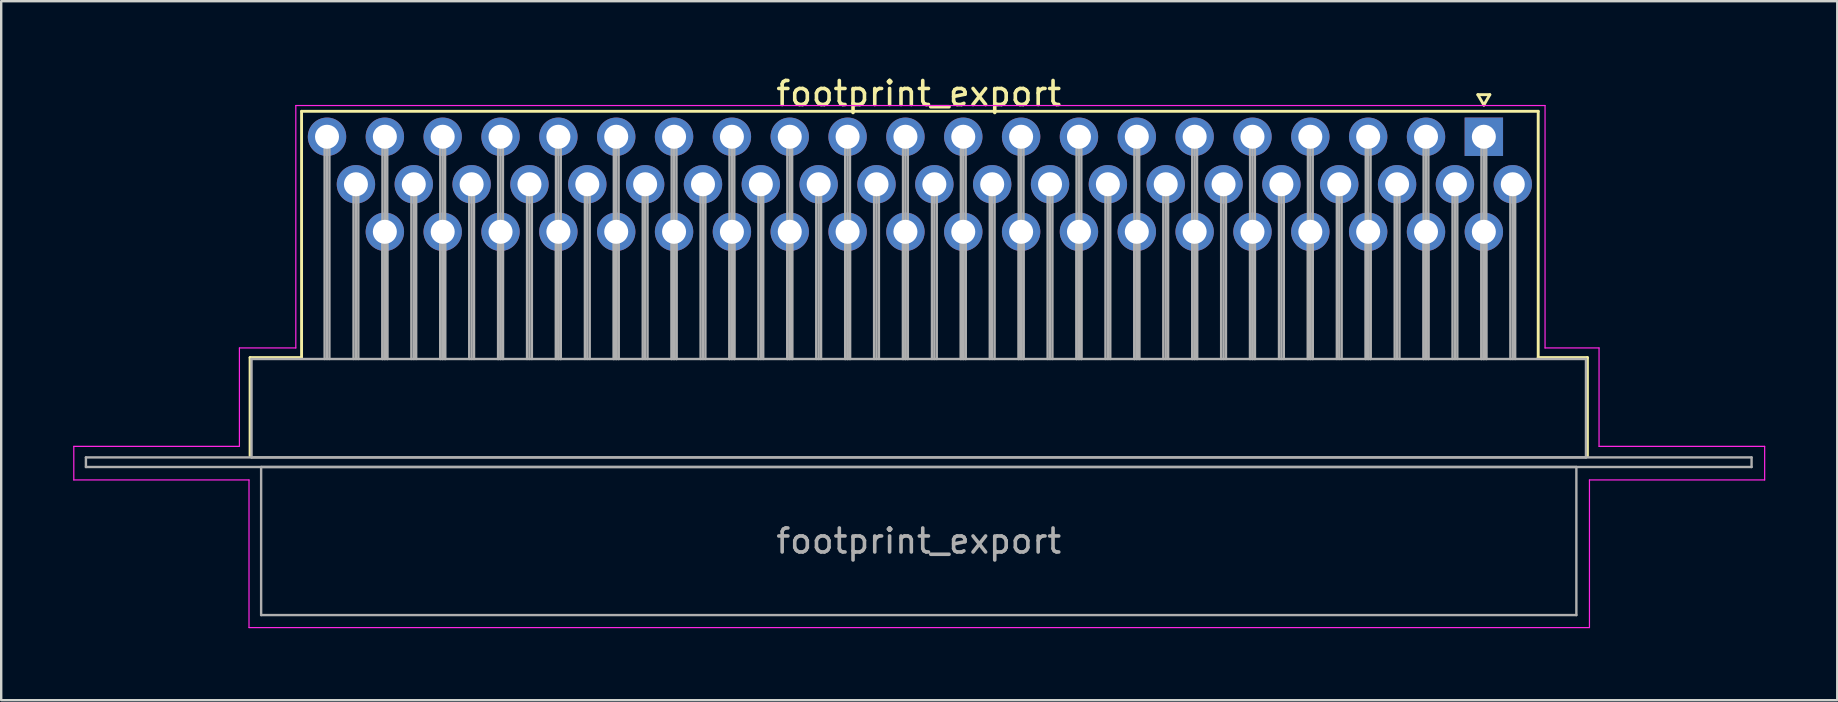
<source format=kicad_pcb>
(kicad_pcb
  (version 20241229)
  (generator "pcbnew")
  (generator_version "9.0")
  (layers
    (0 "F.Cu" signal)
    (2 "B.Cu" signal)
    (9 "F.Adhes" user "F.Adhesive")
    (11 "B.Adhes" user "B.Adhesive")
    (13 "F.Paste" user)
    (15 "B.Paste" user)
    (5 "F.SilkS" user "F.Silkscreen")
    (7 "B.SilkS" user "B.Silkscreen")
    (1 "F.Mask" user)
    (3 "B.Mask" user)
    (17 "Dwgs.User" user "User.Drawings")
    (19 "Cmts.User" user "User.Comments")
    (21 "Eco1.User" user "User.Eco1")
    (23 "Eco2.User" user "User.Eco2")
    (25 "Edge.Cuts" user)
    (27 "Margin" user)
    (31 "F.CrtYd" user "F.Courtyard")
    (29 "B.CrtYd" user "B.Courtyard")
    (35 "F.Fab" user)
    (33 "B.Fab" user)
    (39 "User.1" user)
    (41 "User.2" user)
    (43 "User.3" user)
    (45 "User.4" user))
  (footprint "footprint_export"
    (layer "F.Cu")
    (at 58.775 2.648)
    (property "Reference" "footprint_export" (at -23.545 -1.8 0) (layer "F.SilkS") (effects (font (size 1 1) (thickness 0.15))))
    (attr through_hole)
    (fp_line (start -51.405 9.2) (end -49.26 9.2) (stroke (width 0.12) (type solid)) (layer "F.SilkS"))
    (fp_line (start -51.405 13.3) (end -51.405 9.2) (stroke (width 0.12) (type solid)) (layer "F.SilkS"))
    (fp_line (start -49.26 -1.06) (end 2.265 -1.06) (stroke (width 0.12) (type solid)) (layer "F.SilkS"))
    (fp_line (start -49.26 9.2) (end -49.26 -1.06) (stroke (width 0.12) (type solid)) (layer "F.SilkS"))
    (fp_line (start -0.25 -1.754) (end 0.25 -1.754) (stroke (width 0.12) (type solid)) (layer "F.SilkS"))
    (fp_line (start 0 -1.321) (end -0.25 -1.754) (stroke (width 0.12) (type solid)) (layer "F.SilkS"))
    (fp_line (start 0.25 -1.754) (end 0 -1.321) (stroke (width 0.12) (type solid)) (layer "F.SilkS"))
    (fp_line (start 2.265 -1.06) (end 2.265 9.2) (stroke (width 0.12) (type solid)) (layer "F.SilkS"))
    (fp_line (start 2.265 9.2) (end 4.315 9.2) (stroke (width 0.12) (type solid)) (layer "F.SilkS"))
    (fp_line (start 4.315 9.2) (end 4.315 13.3) (stroke (width 0.12) (type solid)) (layer "F.SilkS"))
    (fp_line (start -58.75 12.9) (end -51.85 12.9) (stroke (width 0.05) (type solid)) (layer "F.CrtYd"))
    (fp_line (start -58.75 14.3) (end -58.75 12.9) (stroke (width 0.05) (type solid)) (layer "F.CrtYd"))
    (fp_line (start -51.85 8.8) (end -49.5 8.8) (stroke (width 0.05) (type solid)) (layer "F.CrtYd"))
    (fp_line (start -51.85 12.9) (end -51.85 8.8) (stroke (width 0.05) (type solid)) (layer "F.CrtYd"))
    (fp_line (start -51.45 14.3) (end -58.75 14.3) (stroke (width 0.05) (type solid)) (layer "F.CrtYd"))
    (fp_line (start -51.45 20.45) (end -51.45 14.3) (stroke (width 0.05) (type solid)) (layer "F.CrtYd"))
    (fp_line (start -49.5 -1.3) (end 2.55 -1.3) (stroke (width 0.05) (type solid)) (layer "F.CrtYd"))
    (fp_line (start -49.5 8.8) (end -49.5 -1.3) (stroke (width 0.05) (type solid)) (layer "F.CrtYd"))
    (fp_line (start 2.55 -1.3) (end 2.55 8.8) (stroke (width 0.05) (type solid)) (layer "F.CrtYd"))
    (fp_line (start 2.55 8.8) (end 4.8 8.8) (stroke (width 0.05) (type solid)) (layer "F.CrtYd"))
    (fp_line (start 4.4 14.3) (end 4.4 20.45) (stroke (width 0.05) (type solid)) (layer "F.CrtYd"))
    (fp_line (start 4.4 20.45) (end -51.45 20.45) (stroke (width 0.05) (type solid)) (layer "F.CrtYd"))
    (fp_line (start 4.8 8.8) (end 4.8 12.9) (stroke (width 0.05) (type solid)) (layer "F.CrtYd"))
    (fp_line (start 4.8 12.9) (end 11.7 12.9) (stroke (width 0.05) (type solid)) (layer "F.CrtYd"))
    (fp_line (start 11.7 12.9) (end 11.7 14.3) (stroke (width 0.05) (type solid)) (layer "F.CrtYd"))
    (fp_line (start 11.7 14.3) (end 4.4 14.3) (stroke (width 0.05) (type solid)) (layer "F.CrtYd"))
    (fp_line (start -58.245 13.36) (end -58.245 13.76) (stroke (width 0.1) (type solid)) (layer "F.Fab"))
    (fp_line (start -58.245 13.76) (end 11.155 13.76) (stroke (width 0.1) (type solid)) (layer "F.Fab"))
    (fp_line (start -51.345 9.26) (end -51.345 13.36) (stroke (width 0.1) (type solid)) (layer "F.Fab"))
    (fp_line (start -51.345 13.36) (end 4.255 13.36) (stroke (width 0.1) (type solid)) (layer "F.Fab"))
    (fp_line (start -50.945 13.76) (end -50.945 19.93) (stroke (width 0.1) (type solid)) (layer "F.Fab"))
    (fp_line (start -50.945 19.93) (end 3.855 19.93) (stroke (width 0.1) (type solid)) (layer "F.Fab"))
    (fp_line (start -48.3 0) (end -48.3 9.26) (stroke (width 0.1) (type solid)) (layer "F.Fab"))
    (fp_line (start -48.2 0) (end -48.2 9.26) (stroke (width 0.1) (type solid)) (layer "F.Fab"))
    (fp_line (start -48.1 0) (end -48.1 9.26) (stroke (width 0.1) (type solid)) (layer "F.Fab"))
    (fp_line (start -47.095 1.98) (end -47.095 9.26) (stroke (width 0.1) (type solid)) (layer "F.Fab"))
    (fp_line (start -46.995 1.98) (end -46.995 9.26) (stroke (width 0.1) (type solid)) (layer "F.Fab"))
    (fp_line (start -46.895 1.98) (end -46.895 9.26) (stroke (width 0.1) (type solid)) (layer "F.Fab"))
    (fp_line (start -45.89 0) (end -45.89 9.26) (stroke (width 0.1) (type solid)) (layer "F.Fab"))
    (fp_line (start -45.89 3.96) (end -45.89 9.26) (stroke (width 0.1) (type solid)) (layer "F.Fab"))
    (fp_line (start -45.79 0) (end -45.79 9.26) (stroke (width 0.1) (type solid)) (layer "F.Fab"))
    (fp_line (start -45.79 3.96) (end -45.79 9.26) (stroke (width 0.1) (type solid)) (layer "F.Fab"))
    (fp_line (start -45.69 0) (end -45.69 9.26) (stroke (width 0.1) (type solid)) (layer "F.Fab"))
    (fp_line (start -45.69 3.96) (end -45.69 9.26) (stroke (width 0.1) (type solid)) (layer "F.Fab"))
    (fp_line (start -44.685 1.98) (end -44.685 9.26) (stroke (width 0.1) (type solid)) (layer "F.Fab"))
    (fp_line (start -44.585 1.98) (end -44.585 9.26) (stroke (width 0.1) (type solid)) (layer "F.Fab"))
    (fp_line (start -44.485 1.98) (end -44.485 9.26) (stroke (width 0.1) (type solid)) (layer "F.Fab"))
    (fp_line (start -43.48 0) (end -43.48 9.26) (stroke (width 0.1) (type solid)) (layer "F.Fab"))
    (fp_line (start -43.48 3.96) (end -43.48 9.26) (stroke (width 0.1) (type solid)) (layer "F.Fab"))
    (fp_line (start -43.38 0) (end -43.38 9.26) (stroke (width 0.1) (type solid)) (layer "F.Fab"))
    (fp_line (start -43.38 3.96) (end -43.38 9.26) (stroke (width 0.1) (type solid)) (layer "F.Fab"))
    (fp_line (start -43.28 0) (end -43.28 9.26) (stroke (width 0.1) (type solid)) (layer "F.Fab"))
    (fp_line (start -43.28 3.96) (end -43.28 9.26) (stroke (width 0.1) (type solid)) (layer "F.Fab"))
    (fp_line (start -42.275 1.98) (end -42.275 9.26) (stroke (width 0.1) (type solid)) (layer "F.Fab"))
    (fp_line (start -42.175 1.98) (end -42.175 9.26) (stroke (width 0.1) (type solid)) (layer "F.Fab"))
    (fp_line (start -42.075 1.98) (end -42.075 9.26) (stroke (width 0.1) (type solid)) (layer "F.Fab"))
    (fp_line (start -41.07 0) (end -41.07 9.26) (stroke (width 0.1) (type solid)) (layer "F.Fab"))
    (fp_line (start -41.07 3.96) (end -41.07 9.26) (stroke (width 0.1) (type solid)) (layer "F.Fab"))
    (fp_line (start -40.97 0) (end -40.97 9.26) (stroke (width 0.1) (type solid)) (layer "F.Fab"))
    (fp_line (start -40.97 3.96) (end -40.97 9.26) (stroke (width 0.1) (type solid)) (layer "F.Fab"))
    (fp_line (start -40.87 0) (end -40.87 9.26) (stroke (width 0.1) (type solid)) (layer "F.Fab"))
    (fp_line (start -40.87 3.96) (end -40.87 9.26) (stroke (width 0.1) (type solid)) (layer "F.Fab"))
    (fp_line (start -39.865 1.98) (end -39.865 9.26) (stroke (width 0.1) (type solid)) (layer "F.Fab"))
    (fp_line (start -39.765 1.98) (end -39.765 9.26) (stroke (width 0.1) (type solid)) (layer "F.Fab"))
    (fp_line (start -39.665 1.98) (end -39.665 9.26) (stroke (width 0.1) (type solid)) (layer "F.Fab"))
    (fp_line (start -38.66 0) (end -38.66 9.26) (stroke (width 0.1) (type solid)) (layer "F.Fab"))
    (fp_line (start -38.66 3.96) (end -38.66 9.26) (stroke (width 0.1) (type solid)) (layer "F.Fab"))
    (fp_line (start -38.56 0) (end -38.56 9.26) (stroke (width 0.1) (type solid)) (layer "F.Fab"))
    (fp_line (start -38.56 3.96) (end -38.56 9.26) (stroke (width 0.1) (type solid)) (layer "F.Fab"))
    (fp_line (start -38.46 0) (end -38.46 9.26) (stroke (width 0.1) (type solid)) (layer "F.Fab"))
    (fp_line (start -38.46 3.96) (end -38.46 9.26) (stroke (width 0.1) (type solid)) (layer "F.Fab"))
    (fp_line (start -37.455 1.98) (end -37.455 9.26) (stroke (width 0.1) (type solid)) (layer "F.Fab"))
    (fp_line (start -37.355 1.98) (end -37.355 9.26) (stroke (width 0.1) (type solid)) (layer "F.Fab"))
    (fp_line (start -37.255 1.98) (end -37.255 9.26) (stroke (width 0.1) (type solid)) (layer "F.Fab"))
    (fp_line (start -36.25 0) (end -36.25 9.26) (stroke (width 0.1) (type solid)) (layer "F.Fab"))
    (fp_line (start -36.25 3.96) (end -36.25 9.26) (stroke (width 0.1) (type solid)) (layer "F.Fab"))
    (fp_line (start -36.15 0) (end -36.15 9.26) (stroke (width 0.1) (type solid)) (layer "F.Fab"))
    (fp_line (start -36.15 3.96) (end -36.15 9.26) (stroke (width 0.1) (type solid)) (layer "F.Fab"))
    (fp_line (start -36.05 0) (end -36.05 9.26) (stroke (width 0.1) (type solid)) (layer "F.Fab"))
    (fp_line (start -36.05 3.96) (end -36.05 9.26) (stroke (width 0.1) (type solid)) (layer "F.Fab"))
    (fp_line (start -35.045 1.98) (end -35.045 9.26) (stroke (width 0.1) (type solid)) (layer "F.Fab"))
    (fp_line (start -34.945 1.98) (end -34.945 9.26) (stroke (width 0.1) (type solid)) (layer "F.Fab"))
    (fp_line (start -34.845 1.98) (end -34.845 9.26) (stroke (width 0.1) (type solid)) (layer "F.Fab"))
    (fp_line (start -33.84 0) (end -33.84 9.26) (stroke (width 0.1) (type solid)) (layer "F.Fab"))
    (fp_line (start -33.84 3.96) (end -33.84 9.26) (stroke (width 0.1) (type solid)) (layer "F.Fab"))
    (fp_line (start -33.74 0) (end -33.74 9.26) (stroke (width 0.1) (type solid)) (layer "F.Fab"))
    (fp_line (start -33.74 3.96) (end -33.74 9.26) (stroke (width 0.1) (type solid)) (layer "F.Fab"))
    (fp_line (start -33.64 0) (end -33.64 9.26) (stroke (width 0.1) (type solid)) (layer "F.Fab"))
    (fp_line (start -33.64 3.96) (end -33.64 9.26) (stroke (width 0.1) (type solid)) (layer "F.Fab"))
    (fp_line (start -32.635 1.98) (end -32.635 9.26) (stroke (width 0.1) (type solid)) (layer "F.Fab"))
    (fp_line (start -32.535 1.98) (end -32.535 9.26) (stroke (width 0.1) (type solid)) (layer "F.Fab"))
    (fp_line (start -32.435 1.98) (end -32.435 9.26) (stroke (width 0.1) (type solid)) (layer "F.Fab"))
    (fp_line (start -31.43 0) (end -31.43 9.26) (stroke (width 0.1) (type solid)) (layer "F.Fab"))
    (fp_line (start -31.43 3.96) (end -31.43 9.26) (stroke (width 0.1) (type solid)) (layer "F.Fab"))
    (fp_line (start -31.33 0) (end -31.33 9.26) (stroke (width 0.1) (type solid)) (layer "F.Fab"))
    (fp_line (start -31.33 3.96) (end -31.33 9.26) (stroke (width 0.1) (type solid)) (layer "F.Fab"))
    (fp_line (start -31.23 0) (end -31.23 9.26) (stroke (width 0.1) (type solid)) (layer "F.Fab"))
    (fp_line (start -31.23 3.96) (end -31.23 9.26) (stroke (width 0.1) (type solid)) (layer "F.Fab"))
    (fp_line (start -30.225 1.98) (end -30.225 9.26) (stroke (width 0.1) (type solid)) (layer "F.Fab"))
    (fp_line (start -30.125 1.98) (end -30.125 9.26) (stroke (width 0.1) (type solid)) (layer "F.Fab"))
    (fp_line (start -30.025 1.98) (end -30.025 9.26) (stroke (width 0.1) (type solid)) (layer "F.Fab"))
    (fp_line (start -29.02 0) (end -29.02 9.26) (stroke (width 0.1) (type solid)) (layer "F.Fab"))
    (fp_line (start -29.02 3.96) (end -29.02 9.26) (stroke (width 0.1) (type solid)) (layer "F.Fab"))
    (fp_line (start -28.92 0) (end -28.92 9.26) (stroke (width 0.1) (type solid)) (layer "F.Fab"))
    (fp_line (start -28.92 3.96) (end -28.92 9.26) (stroke (width 0.1) (type solid)) (layer "F.Fab"))
    (fp_line (start -28.82 0) (end -28.82 9.26) (stroke (width 0.1) (type solid)) (layer "F.Fab"))
    (fp_line (start -28.82 3.96) (end -28.82 9.26) (stroke (width 0.1) (type solid)) (layer "F.Fab"))
    (fp_line (start -27.815 1.98) (end -27.815 9.26) (stroke (width 0.1) (type solid)) (layer "F.Fab"))
    (fp_line (start -27.715 1.98) (end -27.715 9.26) (stroke (width 0.1) (type solid)) (layer "F.Fab"))
    (fp_line (start -27.615 1.98) (end -27.615 9.26) (stroke (width 0.1) (type solid)) (layer "F.Fab"))
    (fp_line (start -26.61 0) (end -26.61 9.26) (stroke (width 0.1) (type solid)) (layer "F.Fab"))
    (fp_line (start -26.61 3.96) (end -26.61 9.26) (stroke (width 0.1) (type solid)) (layer "F.Fab"))
    (fp_line (start -26.51 0) (end -26.51 9.26) (stroke (width 0.1) (type solid)) (layer "F.Fab"))
    (fp_line (start -26.51 3.96) (end -26.51 9.26) (stroke (width 0.1) (type solid)) (layer "F.Fab"))
    (fp_line (start -26.41 0) (end -26.41 9.26) (stroke (width 0.1) (type solid)) (layer "F.Fab"))
    (fp_line (start -26.41 3.96) (end -26.41 9.26) (stroke (width 0.1) (type solid)) (layer "F.Fab"))
    (fp_line (start -25.405 1.98) (end -25.405 9.26) (stroke (width 0.1) (type solid)) (layer "F.Fab"))
    (fp_line (start -25.305 1.98) (end -25.305 9.26) (stroke (width 0.1) (type solid)) (layer "F.Fab"))
    (fp_line (start -25.205 1.98) (end -25.205 9.26) (stroke (width 0.1) (type solid)) (layer "F.Fab"))
    (fp_line (start -24.2 0) (end -24.2 9.26) (stroke (width 0.1) (type solid)) (layer "F.Fab"))
    (fp_line (start -24.2 3.96) (end -24.2 9.26) (stroke (width 0.1) (type solid)) (layer "F.Fab"))
    (fp_line (start -24.1 0) (end -24.1 9.26) (stroke (width 0.1) (type solid)) (layer "F.Fab"))
    (fp_line (start -24.1 3.96) (end -24.1 9.26) (stroke (width 0.1) (type solid)) (layer "F.Fab"))
    (fp_line (start -24 0) (end -24 9.26) (stroke (width 0.1) (type solid)) (layer "F.Fab"))
    (fp_line (start -24 3.96) (end -24 9.26) (stroke (width 0.1) (type solid)) (layer "F.Fab"))
    (fp_line (start -22.995 1.98) (end -22.995 9.26) (stroke (width 0.1) (type solid)) (layer "F.Fab"))
    (fp_line (start -22.895 1.98) (end -22.895 9.26) (stroke (width 0.1) (type solid)) (layer "F.Fab"))
    (fp_line (start -22.795 1.98) (end -22.795 9.26) (stroke (width 0.1) (type solid)) (layer "F.Fab"))
    (fp_line (start -21.79 0) (end -21.79 9.26) (stroke (width 0.1) (type solid)) (layer "F.Fab"))
    (fp_line (start -21.79 3.96) (end -21.79 9.26) (stroke (width 0.1) (type solid)) (layer "F.Fab"))
    (fp_line (start -21.69 0) (end -21.69 9.26) (stroke (width 0.1) (type solid)) (layer "F.Fab"))
    (fp_line (start -21.69 3.96) (end -21.69 9.26) (stroke (width 0.1) (type solid)) (layer "F.Fab"))
    (fp_line (start -21.59 0) (end -21.59 9.26) (stroke (width 0.1) (type solid)) (layer "F.Fab"))
    (fp_line (start -21.59 3.96) (end -21.59 9.26) (stroke (width 0.1) (type solid)) (layer "F.Fab"))
    (fp_line (start -20.585 1.98) (end -20.585 9.26) (stroke (width 0.1) (type solid)) (layer "F.Fab"))
    (fp_line (start -20.485 1.98) (end -20.485 9.26) (stroke (width 0.1) (type solid)) (layer "F.Fab"))
    (fp_line (start -20.385 1.98) (end -20.385 9.26) (stroke (width 0.1) (type solid)) (layer "F.Fab"))
    (fp_line (start -19.38 0) (end -19.38 9.26) (stroke (width 0.1) (type solid)) (layer "F.Fab"))
    (fp_line (start -19.38 3.96) (end -19.38 9.26) (stroke (width 0.1) (type solid)) (layer "F.Fab"))
    (fp_line (start -19.28 0) (end -19.28 9.26) (stroke (width 0.1) (type solid)) (layer "F.Fab"))
    (fp_line (start -19.28 3.96) (end -19.28 9.26) (stroke (width 0.1) (type solid)) (layer "F.Fab"))
    (fp_line (start -19.18 0) (end -19.18 9.26) (stroke (width 0.1) (type solid)) (layer "F.Fab"))
    (fp_line (start -19.18 3.96) (end -19.18 9.26) (stroke (width 0.1) (type solid)) (layer "F.Fab"))
    (fp_line (start -18.175 1.98) (end -18.175 9.26) (stroke (width 0.1) (type solid)) (layer "F.Fab"))
    (fp_line (start -18.075 1.98) (end -18.075 9.26) (stroke (width 0.1) (type solid)) (layer "F.Fab"))
    (fp_line (start -17.975 1.98) (end -17.975 9.26) (stroke (width 0.1) (type solid)) (layer "F.Fab"))
    (fp_line (start -16.97 0) (end -16.97 9.26) (stroke (width 0.1) (type solid)) (layer "F.Fab"))
    (fp_line (start -16.97 3.96) (end -16.97 9.26) (stroke (width 0.1) (type solid)) (layer "F.Fab"))
    (fp_line (start -16.87 0) (end -16.87 9.26) (stroke (width 0.1) (type solid)) (layer "F.Fab"))
    (fp_line (start -16.87 3.96) (end -16.87 9.26) (stroke (width 0.1) (type solid)) (layer "F.Fab"))
    (fp_line (start -16.77 0) (end -16.77 9.26) (stroke (width 0.1) (type solid)) (layer "F.Fab"))
    (fp_line (start -16.77 3.96) (end -16.77 9.26) (stroke (width 0.1) (type solid)) (layer "F.Fab"))
    (fp_line (start -15.765 1.98) (end -15.765 9.26) (stroke (width 0.1) (type solid)) (layer "F.Fab"))
    (fp_line (start -15.665 1.98) (end -15.665 9.26) (stroke (width 0.1) (type solid)) (layer "F.Fab"))
    (fp_line (start -15.565 1.98) (end -15.565 9.26) (stroke (width 0.1) (type solid)) (layer "F.Fab"))
    (fp_line (start -14.56 0) (end -14.56 9.26) (stroke (width 0.1) (type solid)) (layer "F.Fab"))
    (fp_line (start -14.56 3.96) (end -14.56 9.26) (stroke (width 0.1) (type solid)) (layer "F.Fab"))
    (fp_line (start -14.46 0) (end -14.46 9.26) (stroke (width 0.1) (type solid)) (layer "F.Fab"))
    (fp_line (start -14.46 3.96) (end -14.46 9.26) (stroke (width 0.1) (type solid)) (layer "F.Fab"))
    (fp_line (start -14.36 0) (end -14.36 9.26) (stroke (width 0.1) (type solid)) (layer "F.Fab"))
    (fp_line (start -14.36 3.96) (end -14.36 9.26) (stroke (width 0.1) (type solid)) (layer "F.Fab"))
    (fp_line (start -13.355 1.98) (end -13.355 9.26) (stroke (width 0.1) (type solid)) (layer "F.Fab"))
    (fp_line (start -13.255 1.98) (end -13.255 9.26) (stroke (width 0.1) (type solid)) (layer "F.Fab"))
    (fp_line (start -13.155 1.98) (end -13.155 9.26) (stroke (width 0.1) (type solid)) (layer "F.Fab"))
    (fp_line (start -12.15 0) (end -12.15 9.26) (stroke (width 0.1) (type solid)) (layer "F.Fab"))
    (fp_line (start -12.15 3.96) (end -12.15 9.26) (stroke (width 0.1) (type solid)) (layer "F.Fab"))
    (fp_line (start -12.05 0) (end -12.05 9.26) (stroke (width 0.1) (type solid)) (layer "F.Fab"))
    (fp_line (start -12.05 3.96) (end -12.05 9.26) (stroke (width 0.1) (type solid)) (layer "F.Fab"))
    (fp_line (start -11.95 0) (end -11.95 9.26) (stroke (width 0.1) (type solid)) (layer "F.Fab"))
    (fp_line (start -11.95 3.96) (end -11.95 9.26) (stroke (width 0.1) (type solid)) (layer "F.Fab"))
    (fp_line (start -10.945 1.98) (end -10.945 9.26) (stroke (width 0.1) (type solid)) (layer "F.Fab"))
    (fp_line (start -10.845 1.98) (end -10.845 9.26) (stroke (width 0.1) (type solid)) (layer "F.Fab"))
    (fp_line (start -10.745 1.98) (end -10.745 9.26) (stroke (width 0.1) (type solid)) (layer "F.Fab"))
    (fp_line (start -9.74 0) (end -9.74 9.26) (stroke (width 0.1) (type solid)) (layer "F.Fab"))
    (fp_line (start -9.74 3.96) (end -9.74 9.26) (stroke (width 0.1) (type solid)) (layer "F.Fab"))
    (fp_line (start -9.64 0) (end -9.64 9.26) (stroke (width 0.1) (type solid)) (layer "F.Fab"))
    (fp_line (start -9.64 3.96) (end -9.64 9.26) (stroke (width 0.1) (type solid)) (layer "F.Fab"))
    (fp_line (start -9.54 0) (end -9.54 9.26) (stroke (width 0.1) (type solid)) (layer "F.Fab"))
    (fp_line (start -9.54 3.96) (end -9.54 9.26) (stroke (width 0.1) (type solid)) (layer "F.Fab"))
    (fp_line (start -8.535 1.98) (end -8.535 9.26) (stroke (width 0.1) (type solid)) (layer "F.Fab"))
    (fp_line (start -8.435 1.98) (end -8.435 9.26) (stroke (width 0.1) (type solid)) (layer "F.Fab"))
    (fp_line (start -8.335 1.98) (end -8.335 9.26) (stroke (width 0.1) (type solid)) (layer "F.Fab"))
    (fp_line (start -7.33 0) (end -7.33 9.26) (stroke (width 0.1) (type solid)) (layer "F.Fab"))
    (fp_line (start -7.33 3.96) (end -7.33 9.26) (stroke (width 0.1) (type solid)) (layer "F.Fab"))
    (fp_line (start -7.23 0) (end -7.23 9.26) (stroke (width 0.1) (type solid)) (layer "F.Fab"))
    (fp_line (start -7.23 3.96) (end -7.23 9.26) (stroke (width 0.1) (type solid)) (layer "F.Fab"))
    (fp_line (start -7.13 0) (end -7.13 9.26) (stroke (width 0.1) (type solid)) (layer "F.Fab"))
    (fp_line (start -7.13 3.96) (end -7.13 9.26) (stroke (width 0.1) (type solid)) (layer "F.Fab"))
    (fp_line (start -6.125 1.98) (end -6.125 9.26) (stroke (width 0.1) (type solid)) (layer "F.Fab"))
    (fp_line (start -6.025 1.98) (end -6.025 9.26) (stroke (width 0.1) (type solid)) (layer "F.Fab"))
    (fp_line (start -5.925 1.98) (end -5.925 9.26) (stroke (width 0.1) (type solid)) (layer "F.Fab"))
    (fp_line (start -4.92 0) (end -4.92 9.26) (stroke (width 0.1) (type solid)) (layer "F.Fab"))
    (fp_line (start -4.92 3.96) (end -4.92 9.26) (stroke (width 0.1) (type solid)) (layer "F.Fab"))
    (fp_line (start -4.82 0) (end -4.82 9.26) (stroke (width 0.1) (type solid)) (layer "F.Fab"))
    (fp_line (start -4.82 3.96) (end -4.82 9.26) (stroke (width 0.1) (type solid)) (layer "F.Fab"))
    (fp_line (start -4.72 0) (end -4.72 9.26) (stroke (width 0.1) (type solid)) (layer "F.Fab"))
    (fp_line (start -4.72 3.96) (end -4.72 9.26) (stroke (width 0.1) (type solid)) (layer "F.Fab"))
    (fp_line (start -3.715 1.98) (end -3.715 9.26) (stroke (width 0.1) (type solid)) (layer "F.Fab"))
    (fp_line (start -3.615 1.98) (end -3.615 9.26) (stroke (width 0.1) (type solid)) (layer "F.Fab"))
    (fp_line (start -3.515 1.98) (end -3.515 9.26) (stroke (width 0.1) (type solid)) (layer "F.Fab"))
    (fp_line (start -2.51 0) (end -2.51 9.26) (stroke (width 0.1) (type solid)) (layer "F.Fab"))
    (fp_line (start -2.51 3.96) (end -2.51 9.26) (stroke (width 0.1) (type solid)) (layer "F.Fab"))
    (fp_line (start -2.41 0) (end -2.41 9.26) (stroke (width 0.1) (type solid)) (layer "F.Fab"))
    (fp_line (start -2.41 3.96) (end -2.41 9.26) (stroke (width 0.1) (type solid)) (layer "F.Fab"))
    (fp_line (start -2.31 0) (end -2.31 9.26) (stroke (width 0.1) (type solid)) (layer "F.Fab"))
    (fp_line (start -2.31 3.96) (end -2.31 9.26) (stroke (width 0.1) (type solid)) (layer "F.Fab"))
    (fp_line (start -1.305 1.98) (end -1.305 9.26) (stroke (width 0.1) (type solid)) (layer "F.Fab"))
    (fp_line (start -1.205 1.98) (end -1.205 9.26) (stroke (width 0.1) (type solid)) (layer "F.Fab"))
    (fp_line (start -1.105 1.98) (end -1.105 9.26) (stroke (width 0.1) (type solid)) (layer "F.Fab"))
    (fp_line (start -0.1 0) (end -0.1 9.26) (stroke (width 0.1) (type solid)) (layer "F.Fab"))
    (fp_line (start -0.1 3.96) (end -0.1 9.26) (stroke (width 0.1) (type solid)) (layer "F.Fab"))
    (fp_line (start 0 0) (end 0 9.26) (stroke (width 0.1) (type solid)) (layer "F.Fab"))
    (fp_line (start 0 3.96) (end 0 9.26) (stroke (width 0.1) (type solid)) (layer "F.Fab"))
    (fp_line (start 0.1 0) (end 0.1 9.26) (stroke (width 0.1) (type solid)) (layer "F.Fab"))
    (fp_line (start 0.1 3.96) (end 0.1 9.26) (stroke (width 0.1) (type solid)) (layer "F.Fab"))
    (fp_line (start 1.105 1.98) (end 1.105 9.26) (stroke (width 0.1) (type solid)) (layer "F.Fab"))
    (fp_line (start 1.205 1.98) (end 1.205 9.26) (stroke (width 0.1) (type solid)) (layer "F.Fab"))
    (fp_line (start 1.305 1.98) (end 1.305 9.26) (stroke (width 0.1) (type solid)) (layer "F.Fab"))
    (fp_line (start 3.855 13.76) (end -50.945 13.76) (stroke (width 0.1) (type solid)) (layer "F.Fab"))
    (fp_line (start 3.855 19.93) (end 3.855 13.76) (stroke (width 0.1) (type solid)) (layer "F.Fab"))
    (fp_line (start 4.255 9.26) (end -51.345 9.26) (stroke (width 0.1) (type solid)) (layer "F.Fab"))
    (fp_line (start 4.255 13.36) (end 4.255 9.26) (stroke (width 0.1) (type solid)) (layer "F.Fab"))
    (fp_line (start 11.155 13.36) (end -58.245 13.36) (stroke (width 0.1) (type solid)) (layer "F.Fab"))
    (fp_line (start 11.155 13.76) (end 11.155 13.36) (stroke (width 0.1) (type solid)) (layer "F.Fab"))
    (fp_text user "${REFERENCE}" (at -23.545 16.845 0) (layer "F.Fab") (effects (font (size 1 1) (thickness 0.15))))
    (pad "1" thru_hole rect (at 0 0) (size 1.6 1.6) (drill 1) (layers "*.Cu" "*.Mask"))
    (pad "2" thru_hole circle (at -2.41 0) (size 1.6 1.6) (drill 1) (layers "*.Cu" "*.Mask"))
    (pad "3" thru_hole circle (at -4.82 0) (size 1.6 1.6) (drill 1) (layers "*.Cu" "*.Mask"))
    (pad "4" thru_hole circle (at -7.23 0) (size 1.6 1.6) (drill 1) (layers "*.Cu" "*.Mask"))
    (pad "5" thru_hole circle (at -9.64 0) (size 1.6 1.6) (drill 1) (layers "*.Cu" "*.Mask"))
    (pad "6" thru_hole circle (at -12.05 0) (size 1.6 1.6) (drill 1) (layers "*.Cu" "*.Mask"))
    (pad "7" thru_hole circle (at -14.46 0) (size 1.6 1.6) (drill 1) (layers "*.Cu" "*.Mask"))
    (pad "8" thru_hole circle (at -16.87 0) (size 1.6 1.6) (drill 1) (layers "*.Cu" "*.Mask"))
    (pad "9" thru_hole circle (at -19.28 0) (size 1.6 1.6) (drill 1) (layers "*.Cu" "*.Mask"))
    (pad "10" thru_hole circle (at -21.69 0) (size 1.6 1.6) (drill 1) (layers "*.Cu" "*.Mask"))
    (pad "11" thru_hole circle (at -24.1 0) (size 1.6 1.6) (drill 1) (layers "*.Cu" "*.Mask"))
    (pad "12" thru_hole circle (at -26.51 0) (size 1.6 1.6) (drill 1) (layers "*.Cu" "*.Mask"))
    (pad "13" thru_hole circle (at -28.92 0) (size 1.6 1.6) (drill 1) (layers "*.Cu" "*.Mask"))
    (pad "14" thru_hole circle (at -31.33 0) (size 1.6 1.6) (drill 1) (layers "*.Cu" "*.Mask"))
    (pad "15" thru_hole circle (at -33.74 0) (size 1.6 1.6) (drill 1) (layers "*.Cu" "*.Mask"))
    (pad "16" thru_hole circle (at -36.15 0) (size 1.6 1.6) (drill 1) (layers "*.Cu" "*.Mask"))
    (pad "17" thru_hole circle (at -38.56 0) (size 1.6 1.6) (drill 1) (layers "*.Cu" "*.Mask"))
    (pad "18" thru_hole circle (at -40.97 0) (size 1.6 1.6) (drill 1) (layers "*.Cu" "*.Mask"))
    (pad "19" thru_hole circle (at -43.38 0) (size 1.6 1.6) (drill 1) (layers "*.Cu" "*.Mask"))
    (pad "20" thru_hole circle (at -45.79 0) (size 1.6 1.6) (drill 1) (layers "*.Cu" "*.Mask"))
    (pad "21" thru_hole circle (at -48.2 0) (size 1.6 1.6) (drill 1) (layers "*.Cu" "*.Mask"))
    (pad "22" thru_hole circle (at 1.205 1.98) (size 1.6 1.6) (drill 1) (layers "*.Cu" "*.Mask"))
    (pad "23" thru_hole circle (at -1.205 1.98) (size 1.6 1.6) (drill 1) (layers "*.Cu" "*.Mask"))
    (pad "24" thru_hole circle (at -3.615 1.98) (size 1.6 1.6) (drill 1) (layers "*.Cu" "*.Mask"))
    (pad "25" thru_hole circle (at -6.025 1.98) (size 1.6 1.6) (drill 1) (layers "*.Cu" "*.Mask"))
    (pad "26" thru_hole circle (at -8.435 1.98) (size 1.6 1.6) (drill 1) (layers "*.Cu" "*.Mask"))
    (pad "27" thru_hole circle (at -10.845 1.98) (size 1.6 1.6) (drill 1) (layers "*.Cu" "*.Mask"))
    (pad "28" thru_hole circle (at -13.255 1.98) (size 1.6 1.6) (drill 1) (layers "*.Cu" "*.Mask"))
    (pad "29" thru_hole circle (at -15.665 1.98) (size 1.6 1.6) (drill 1) (layers "*.Cu" "*.Mask"))
    (pad "30" thru_hole circle (at -18.075 1.98) (size 1.6 1.6) (drill 1) (layers "*.Cu" "*.Mask"))
    (pad "31" thru_hole circle (at -20.485 1.98) (size 1.6 1.6) (drill 1) (layers "*.Cu" "*.Mask"))
    (pad "32" thru_hole circle (at -22.895 1.98) (size 1.6 1.6) (drill 1) (layers "*.Cu" "*.Mask"))
    (pad "33" thru_hole circle (at -25.305 1.98) (size 1.6 1.6) (drill 1) (layers "*.Cu" "*.Mask"))
    (pad "34" thru_hole circle (at -27.715 1.98) (size 1.6 1.6) (drill 1) (layers "*.Cu" "*.Mask"))
    (pad "35" thru_hole circle (at -30.125 1.98) (size 1.6 1.6) (drill 1) (layers "*.Cu" "*.Mask"))
    (pad "36" thru_hole circle (at -32.535 1.98) (size 1.6 1.6) (drill 1) (layers "*.Cu" "*.Mask"))
    (pad "37" thru_hole circle (at -34.945 1.98) (size 1.6 1.6) (drill 1) (layers "*.Cu" "*.Mask"))
    (pad "38" thru_hole circle (at -37.355 1.98) (size 1.6 1.6) (drill 1) (layers "*.Cu" "*.Mask"))
    (pad "39" thru_hole circle (at -39.765 1.98) (size 1.6 1.6) (drill 1) (layers "*.Cu" "*.Mask"))
    (pad "40" thru_hole circle (at -42.175 1.98) (size 1.6 1.6) (drill 1) (layers "*.Cu" "*.Mask"))
    (pad "41" thru_hole circle (at -44.585 1.98) (size 1.6 1.6) (drill 1) (layers "*.Cu" "*.Mask"))
    (pad "42" thru_hole circle (at -46.995 1.98) (size 1.6 1.6) (drill 1) (layers "*.Cu" "*.Mask"))
    (pad "43" thru_hole circle (at 0 3.96) (size 1.6 1.6) (drill 1) (layers "*.Cu" "*.Mask"))
    (pad "44" thru_hole circle (at -2.41 3.96) (size 1.6 1.6) (drill 1) (layers "*.Cu" "*.Mask"))
    (pad "45" thru_hole circle (at -4.82 3.96) (size 1.6 1.6) (drill 1) (layers "*.Cu" "*.Mask"))
    (pad "46" thru_hole circle (at -7.23 3.96) (size 1.6 1.6) (drill 1) (layers "*.Cu" "*.Mask"))
    (pad "47" thru_hole circle (at -9.64 3.96) (size 1.6 1.6) (drill 1) (layers "*.Cu" "*.Mask"))
    (pad "48" thru_hole circle (at -12.05 3.96) (size 1.6 1.6) (drill 1) (layers "*.Cu" "*.Mask"))
    (pad "49" thru_hole circle (at -14.46 3.96) (size 1.6 1.6) (drill 1) (layers "*.Cu" "*.Mask"))
    (pad "50" thru_hole circle (at -16.87 3.96) (size 1.6 1.6) (drill 1) (layers "*.Cu" "*.Mask"))
    (pad "51" thru_hole circle (at -19.28 3.96) (size 1.6 1.6) (drill 1) (layers "*.Cu" "*.Mask"))
    (pad "52" thru_hole circle (at -21.69 3.96) (size 1.6 1.6) (drill 1) (layers "*.Cu" "*.Mask"))
    (pad "53" thru_hole circle (at -24.1 3.96) (size 1.6 1.6) (drill 1) (layers "*.Cu" "*.Mask"))
    (pad "54" thru_hole circle (at -26.51 3.96) (size 1.6 1.6) (drill 1) (layers "*.Cu" "*.Mask"))
    (pad "55" thru_hole circle (at -28.92 3.96) (size 1.6 1.6) (drill 1) (layers "*.Cu" "*.Mask"))
    (pad "56" thru_hole circle (at -31.33 3.96) (size 1.6 1.6) (drill 1) (layers "*.Cu" "*.Mask"))
    (pad "57" thru_hole circle (at -33.74 3.96) (size 1.6 1.6) (drill 1) (layers "*.Cu" "*.Mask"))
    (pad "58" thru_hole circle (at -36.15 3.96) (size 1.6 1.6) (drill 1) (layers "*.Cu" "*.Mask"))
    (pad "59" thru_hole circle (at -38.56 3.96) (size 1.6 1.6) (drill 1) (layers "*.Cu" "*.Mask"))
    (pad "60" thru_hole circle (at -40.97 3.96) (size 1.6 1.6) (drill 1) (layers "*.Cu" "*.Mask"))
    (pad "61" thru_hole circle (at -43.38 3.96) (size 1.6 1.6) (drill 1) (layers "*.Cu" "*.Mask"))
    (pad "62" thru_hole circle (at -45.79 3.96) (size 1.6 1.6) (drill 1) (layers "*.Cu" "*.Mask")))
  (gr_rect
    (start -3 -3)
    (end 73.5 26.123)
    (stroke (width 0.1) (type default))
    (fill no)
    (layer "Edge.Cuts")))
</source>
